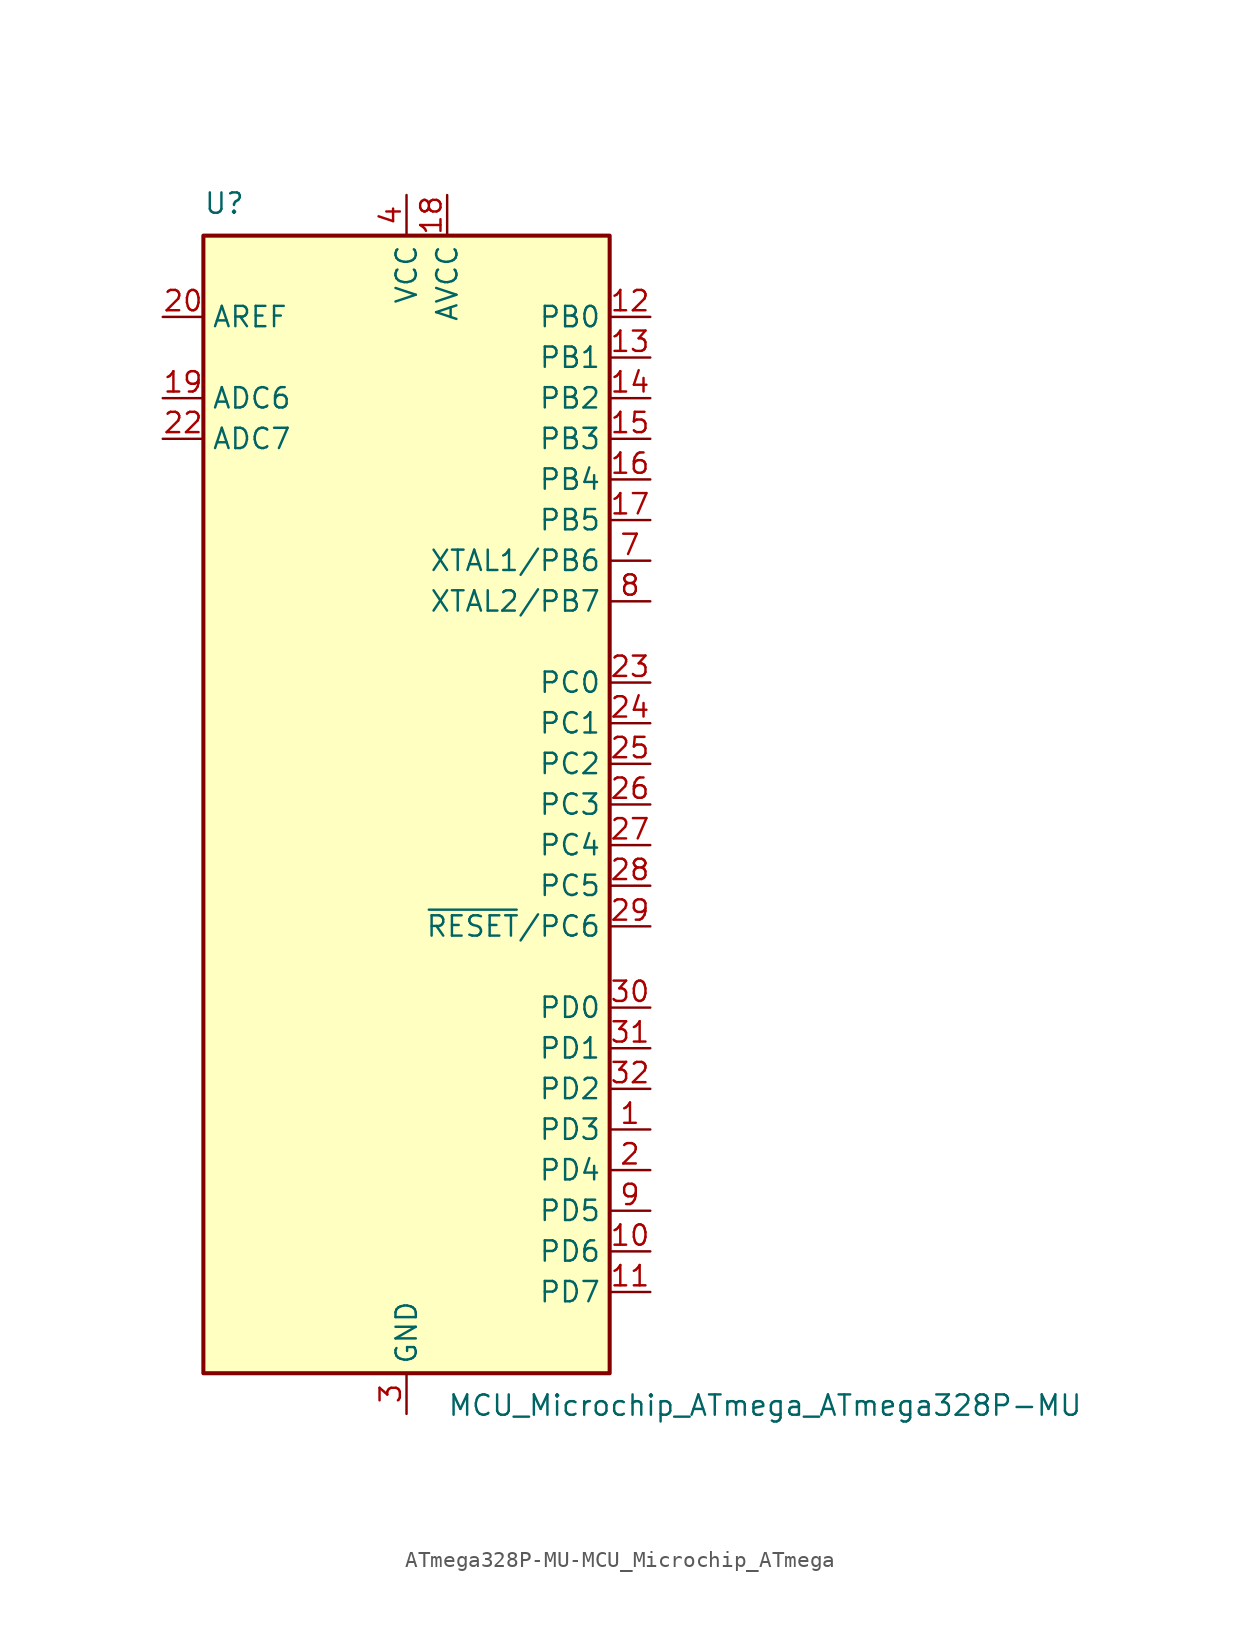
<source format=kicad_sym>
(kicad_symbol_lib
  (version 20220914)
  (generator kicad_symbol_editor)
  (symbol "ATmega328P-MU-MCU_Microchip_ATmega"
    (property "Reference" "U"
      (at -12.7 36.83 0)
      (effects (font (size 1.27 1.27)) (justify left bottom)))
    (property "Value" "MCU_Microchip_ATmega_ATmega328P-MU"
      (at 2.54 -36.83 0)
      (effects (font (size 1.27 1.27)) (justify left top)))
    (symbol "ATmega328P-MU-MCU_Microchip_ATmega_0_1"
      (rectangle (start -12.7 -35.56) (end 12.7 35.56) (stroke (width 0.254) (type solid)) (fill (type background))))
    (symbol "ATmega328P-MU-MCU_Microchip_ATmega_1_1"
      (pin bidirectional line (at 15.24 -20.32 180) (length 2.54) (name "PD3" (effects (font (size 1.27 1.27)))) (number "1" (effects (font (size 1.27 1.27)))))
      (pin bidirectional line (at 15.24 -27.94 180) (length 2.54) (name "PD6" (effects (font (size 1.27 1.27)))) (number "10" (effects (font (size 1.27 1.27)))))
      (pin bidirectional line (at 15.24 -30.48 180) (length 2.54) (name "PD7" (effects (font (size 1.27 1.27)))) (number "11" (effects (font (size 1.27 1.27)))))
      (pin bidirectional line (at 15.24 30.48 180) (length 2.54) (name "PB0" (effects (font (size 1.27 1.27)))) (number "12" (effects (font (size 1.27 1.27)))))
      (pin bidirectional line (at 15.24 27.94 180) (length 2.54) (name "PB1" (effects (font (size 1.27 1.27)))) (number "13" (effects (font (size 1.27 1.27)))))
      (pin bidirectional line (at 15.24 25.4 180) (length 2.54) (name "PB2" (effects (font (size 1.27 1.27)))) (number "14" (effects (font (size 1.27 1.27)))))
      (pin bidirectional line (at 15.24 22.86 180) (length 2.54) (name "PB3" (effects (font (size 1.27 1.27)))) (number "15" (effects (font (size 1.27 1.27)))))
      (pin bidirectional line (at 15.24 20.32 180) (length 2.54) (name "PB4" (effects (font (size 1.27 1.27)))) (number "16" (effects (font (size 1.27 1.27)))))
      (pin bidirectional line (at 15.24 17.78 180) (length 2.54) (name "PB5" (effects (font (size 1.27 1.27)))) (number "17" (effects (font (size 1.27 1.27)))))
      (pin power_in line (at 2.54 38.1 270) (length 2.54) (name "AVCC" (effects (font (size 1.27 1.27)))) (number "18" (effects (font (size 1.27 1.27)))))
      (pin input line (at -15.24 25.4 0) (length 2.54) (name "ADC6" (effects (font (size 1.27 1.27)))) (number "19" (effects (font (size 1.27 1.27)))))
      (pin bidirectional line (at 15.24 -22.86 180) (length 2.54) (name "PD4" (effects (font (size 1.27 1.27)))) (number "2" (effects (font (size 1.27 1.27)))))
      (pin passive line (at -15.24 30.48 0) (length 2.54) (name "AREF" (effects (font (size 1.27 1.27)))) (number "20" (effects (font (size 1.27 1.27)))))
      (pin passive line (at 0 -38.1 90) (length 2.54) hide (name "GND" (effects (font (size 1.27 1.27)))) (number "21" (effects (font (size 1.27 1.27)))))
      (pin input line (at -15.24 22.86 0) (length 2.54) (name "ADC7" (effects (font (size 1.27 1.27)))) (number "22" (effects (font (size 1.27 1.27)))))
      (pin bidirectional line (at 15.24 7.62 180) (length 2.54) (name "PC0" (effects (font (size 1.27 1.27)))) (number "23" (effects (font (size 1.27 1.27)))))
      (pin bidirectional line (at 15.24 5.08 180) (length 2.54) (name "PC1" (effects (font (size 1.27 1.27)))) (number "24" (effects (font (size 1.27 1.27)))))
      (pin bidirectional line (at 15.24 2.54 180) (length 2.54) (name "PC2" (effects (font (size 1.27 1.27)))) (number "25" (effects (font (size 1.27 1.27)))))
      (pin bidirectional line (at 15.24 0 180) (length 2.54) (name "PC3" (effects (font (size 1.27 1.27)))) (number "26" (effects (font (size 1.27 1.27)))))
      (pin bidirectional line (at 15.24 -2.54 180) (length 2.54) (name "PC4" (effects (font (size 1.27 1.27)))) (number "27" (effects (font (size 1.27 1.27)))))
      (pin bidirectional line (at 15.24 -5.08 180) (length 2.54) (name "PC5" (effects (font (size 1.27 1.27)))) (number "28" (effects (font (size 1.27 1.27)))))
      (pin bidirectional line (at 15.24 -7.62 180) (length 2.54) (name "~{RESET}/PC6" (effects (font (size 1.27 1.27)))) (number "29" (effects (font (size 1.27 1.27)))))
      (pin power_in line (at 0 -38.1 90) (length 2.54) (name "GND" (effects (font (size 1.27 1.27)))) (number "3" (effects (font (size 1.27 1.27)))))
      (pin bidirectional line (at 15.24 -12.7 180) (length 2.54) (name "PD0" (effects (font (size 1.27 1.27)))) (number "30" (effects (font (size 1.27 1.27)))))
      (pin bidirectional line (at 15.24 -15.24 180) (length 2.54) (name "PD1" (effects (font (size 1.27 1.27)))) (number "31" (effects (font (size 1.27 1.27)))))
      (pin bidirectional line (at 15.24 -17.78 180) (length 2.54) (name "PD2" (effects (font (size 1.27 1.27)))) (number "32" (effects (font (size 1.27 1.27)))))
      (pin passive line (at 0 -38.1 90) (length 2.54) hide (name "GND" (effects (font (size 1.27 1.27)))) (number "33" (effects (font (size 1.27 1.27)))))
      (pin power_in line (at 0 38.1 270) (length 2.54) (name "VCC" (effects (font (size 1.27 1.27)))) (number "4" (effects (font (size 1.27 1.27)))))
      (pin passive line (at 0 -38.1 90) (length 2.54) hide (name "GND" (effects (font (size 1.27 1.27)))) (number "5" (effects (font (size 1.27 1.27)))))
      (pin passive line (at 0 38.1 270) (length 2.54) hide (name "VCC" (effects (font (size 1.27 1.27)))) (number "6" (effects (font (size 1.27 1.27)))))
      (pin bidirectional line (at 15.24 15.24 180) (length 2.54) (name "XTAL1/PB6" (effects (font (size 1.27 1.27)))) (number "7" (effects (font (size 1.27 1.27)))))
      (pin bidirectional line (at 15.24 12.7 180) (length 2.54) (name "XTAL2/PB7" (effects (font (size 1.27 1.27)))) (number "8" (effects (font (size 1.27 1.27)))))
      (pin bidirectional line (at 15.24 -25.4 180) (length 2.54) (name "PD5" (effects (font (size 1.27 1.27)))) (number "9" (effects (font (size 1.27 1.27))))))))
</source>
